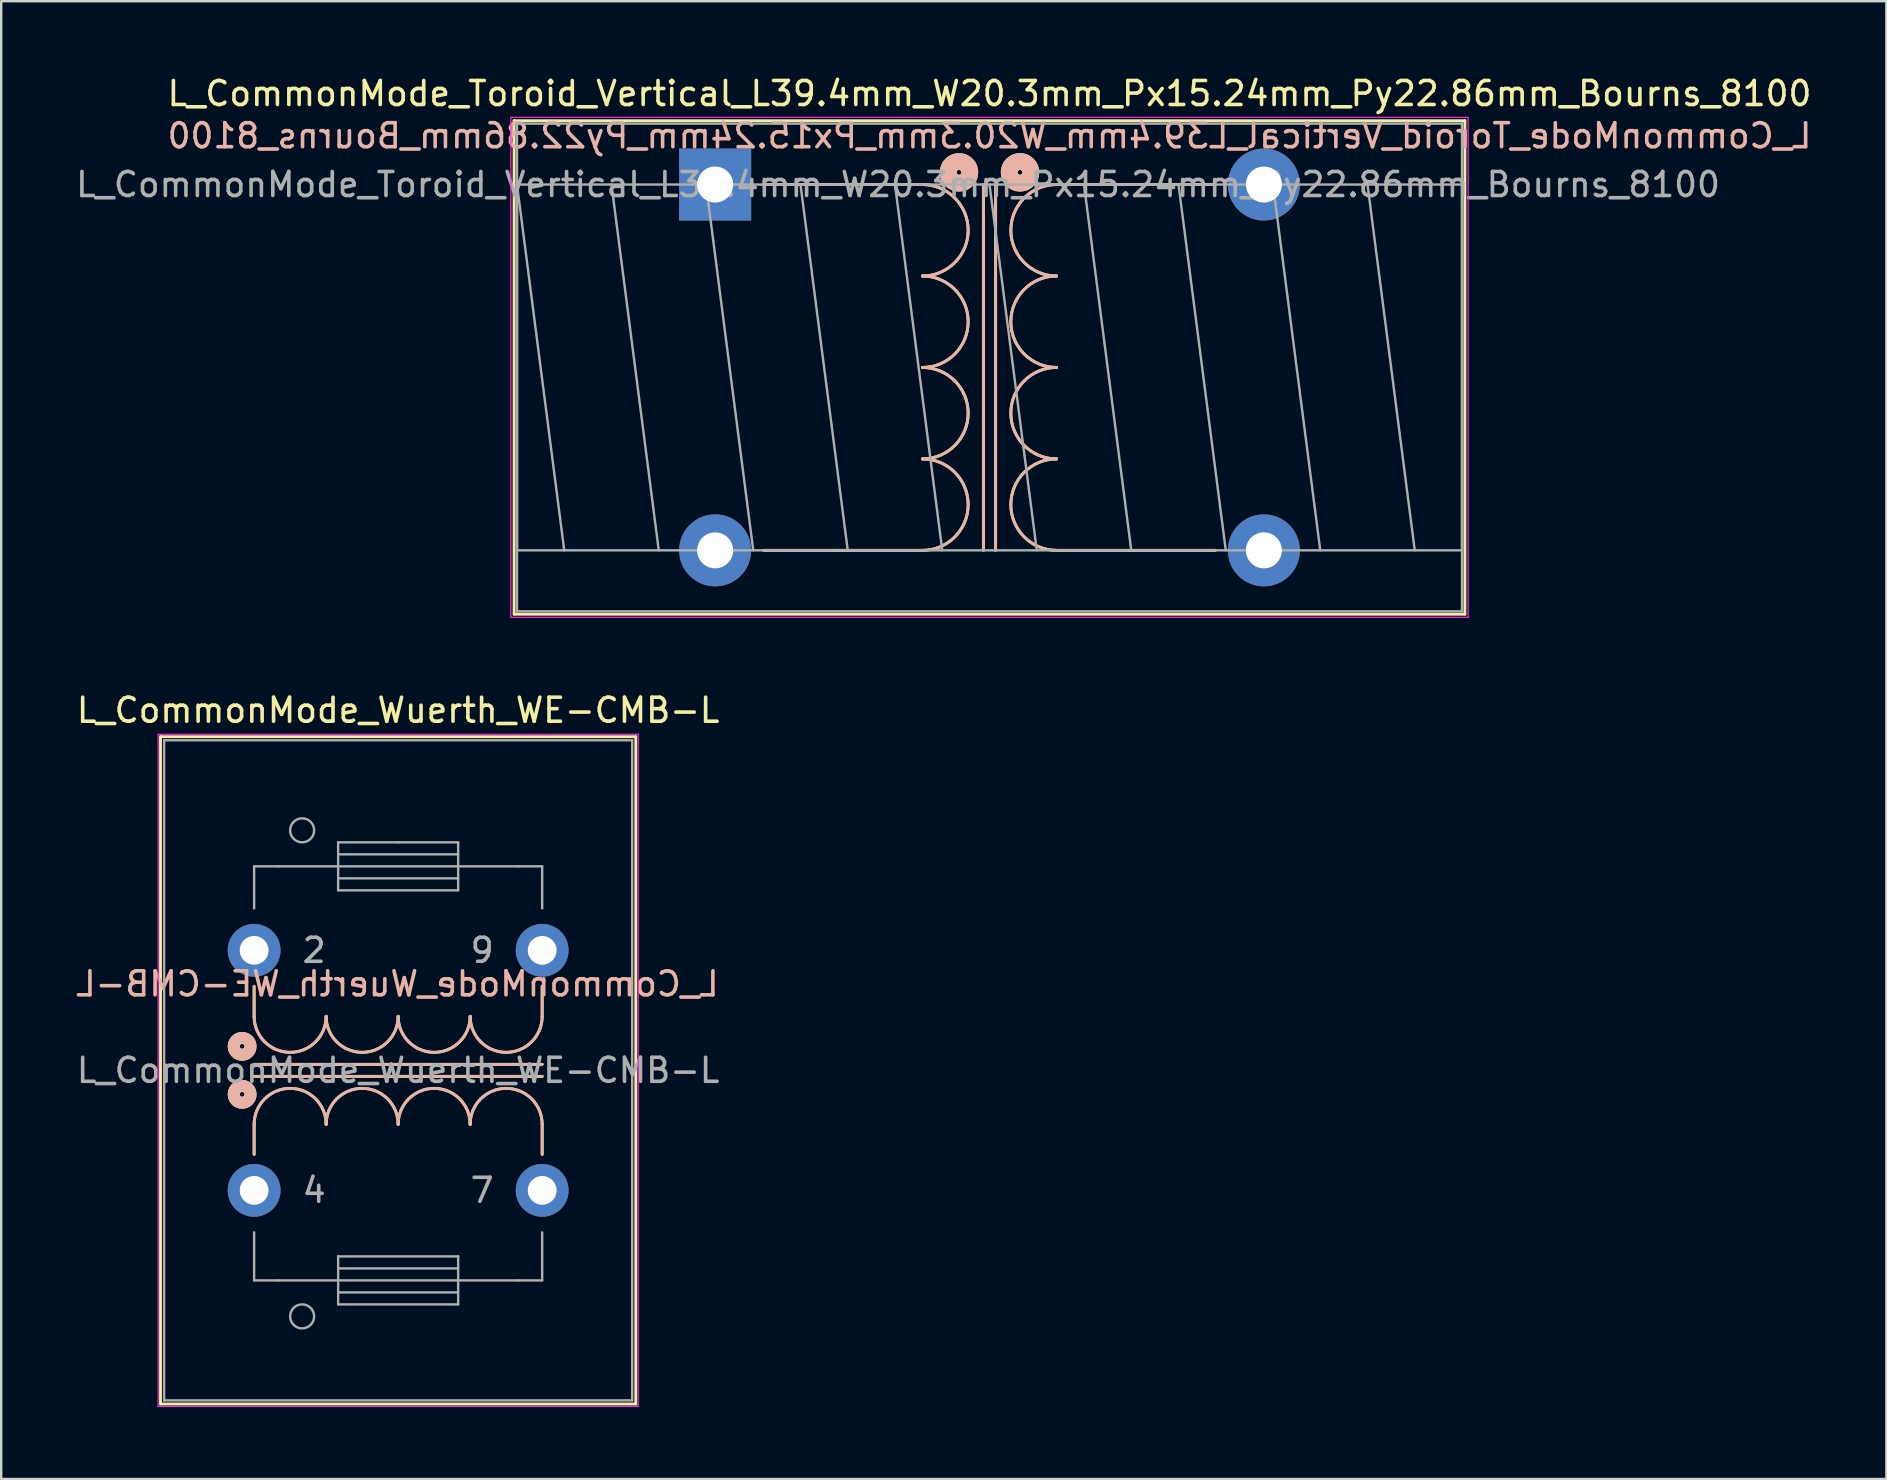
<source format=kicad_pcb>
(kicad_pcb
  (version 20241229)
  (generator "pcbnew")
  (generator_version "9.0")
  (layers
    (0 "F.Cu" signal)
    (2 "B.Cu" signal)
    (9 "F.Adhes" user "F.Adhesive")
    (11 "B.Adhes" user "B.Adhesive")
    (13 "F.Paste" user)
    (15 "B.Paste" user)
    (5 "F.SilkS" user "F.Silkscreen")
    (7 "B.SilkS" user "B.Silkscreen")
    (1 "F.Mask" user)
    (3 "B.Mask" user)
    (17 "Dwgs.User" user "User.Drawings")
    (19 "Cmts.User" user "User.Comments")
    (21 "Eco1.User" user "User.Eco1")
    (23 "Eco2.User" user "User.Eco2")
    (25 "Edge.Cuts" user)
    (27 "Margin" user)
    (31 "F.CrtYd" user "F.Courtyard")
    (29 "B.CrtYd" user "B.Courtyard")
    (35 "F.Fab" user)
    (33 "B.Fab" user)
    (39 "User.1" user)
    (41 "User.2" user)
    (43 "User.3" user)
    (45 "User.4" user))
  (footprint "L_CommonMode_Wuerth_WE-CMB-L"
    (layer "F.Cu")
    (at 7.537 36.541)
    (property "Reference" "L_CommonMode_Wuerth_WE-CMB-L" (at 6 -10 0) (layer "F.SilkS") (effects (font (size 1 1) (thickness 0.15))))
    (fp_line (start -3.9 18.9) (end -3.9 -8.9) (stroke (width 0.12) (type solid)) (layer "F.SilkS"))
    (fp_line (start -3.9 18.9) (end 15.9 18.9) (stroke (width 0.12) (type solid)) (layer "F.SilkS"))
    (fp_line (start 0 2.75) (end 0 1.5) (stroke (width 0.12) (type solid)) (layer "F.SilkS"))
    (fp_line (start 0 4.75) (end 12 4.75) (stroke (width 0.12) (type solid)) (layer "F.SilkS"))
    (fp_line (start 0 7.25) (end 0 8.5) (stroke (width 0.12) (type solid)) (layer "F.SilkS"))
    (fp_line (start 12 2.75) (end 12 1.5) (stroke (width 0.12) (type solid)) (layer "F.SilkS"))
    (fp_line (start 12 5.25) (end 0 5.25) (stroke (width 0.12) (type solid)) (layer "F.SilkS"))
    (fp_line (start 12 7.25) (end 12 8.5) (stroke (width 0.12) (type solid)) (layer "F.SilkS"))
    (fp_line (start 15.9 -8.9) (end -3.9 -8.9) (stroke (width 0.12) (type solid)) (layer "F.SilkS"))
    (fp_line (start 15.9 18.9) (end 15.9 -8.9) (stroke (width 0.12) (type solid)) (layer "F.SilkS"))
    (fp_arc (start 0 7.25) (mid 1.5 5.75) (end 3 7.25) (stroke (width 0.12) (type solid)) (layer "F.SilkS"))
    (fp_arc (start 3 2.75) (mid 1.5 4.25) (end 0 2.75) (stroke (width 0.12) (type solid)) (layer "F.SilkS"))
    (fp_arc (start 3 7.25) (mid 4.5 5.75) (end 6 7.25) (stroke (width 0.12) (type solid)) (layer "F.SilkS"))
    (fp_arc (start 6 2.75) (mid 4.5 4.25) (end 3 2.75) (stroke (width 0.12) (type solid)) (layer "F.SilkS"))
    (fp_arc (start 6 7.25) (mid 7.5 5.75) (end 9 7.25) (stroke (width 0.12) (type solid)) (layer "F.SilkS"))
    (fp_arc (start 9 2.75) (mid 7.5 4.25) (end 6 2.75) (stroke (width 0.12) (type solid)) (layer "F.SilkS"))
    (fp_arc (start 9 7.25) (mid 10.5 5.75) (end 12 7.25) (stroke (width 0.12) (type solid)) (layer "F.SilkS"))
    (fp_arc (start 12 2.75) (mid 10.5 4.25) (end 9 2.75) (stroke (width 0.12) (type solid)) (layer "F.SilkS"))
    (fp_circle (center -0.5 4) (end -0.4 4) (stroke (width 0.5) (type solid)) (fill no) (layer "F.SilkS"))
    (fp_circle (center -0.5 6) (end -0.4 6) (stroke (width 0.5) (type solid)) (fill no) (layer "F.SilkS"))
    (fp_line (start 0 2.75) (end 0 1.5) (stroke (width 0.12) (type solid)) (layer "B.SilkS"))
    (fp_line (start 0 5.25) (end 12 5.25) (stroke (width 0.12) (type solid)) (layer "B.SilkS"))
    (fp_line (start 0 7.25) (end 0 8.5) (stroke (width 0.12) (type solid)) (layer "B.SilkS"))
    (fp_line (start 12 2.75) (end 12 1.5) (stroke (width 0.12) (type solid)) (layer "B.SilkS"))
    (fp_line (start 12 4.75) (end 0 4.75) (stroke (width 0.12) (type solid)) (layer "B.SilkS"))
    (fp_line (start 12 7.25) (end 12 8.5) (stroke (width 0.12) (type solid)) (layer "B.SilkS"))
    (fp_arc (start 0 7.25) (mid 1.5 5.75) (end 3 7.25) (stroke (width 0.12) (type solid)) (layer "B.SilkS"))
    (fp_arc (start 3 2.75) (mid 1.5 4.25) (end 0 2.75) (stroke (width 0.12) (type solid)) (layer "B.SilkS"))
    (fp_arc (start 3 7.25) (mid 4.5 5.75) (end 6 7.25) (stroke (width 0.12) (type solid)) (layer "B.SilkS"))
    (fp_arc (start 6 2.75) (mid 4.5 4.25) (end 3 2.75) (stroke (width 0.12) (type solid)) (layer "B.SilkS"))
    (fp_arc (start 6 7.25) (mid 7.5 5.75) (end 9 7.25) (stroke (width 0.12) (type solid)) (layer "B.SilkS"))
    (fp_arc (start 9 2.75) (mid 7.5 4.25) (end 6 2.75) (stroke (width 0.12) (type solid)) (layer "B.SilkS"))
    (fp_arc (start 9 7.25) (mid 10.5 5.75) (end 12 7.25) (stroke (width 0.12) (type solid)) (layer "B.SilkS"))
    (fp_arc (start 12 2.75) (mid 10.5 4.25) (end 9 2.75) (stroke (width 0.12) (type solid)) (layer "B.SilkS"))
    (fp_circle (center -0.5 4) (end -0.4 4) (stroke (width 0.5) (type solid)) (fill no) (layer "B.SilkS"))
    (fp_circle (center -0.5 6) (end -0.4 6) (stroke (width 0.5) (type solid)) (fill no) (layer "B.SilkS"))
    (fp_line (start -4 -9) (end -4 19) (stroke (width 0.05) (type solid)) (layer "F.CrtYd"))
    (fp_line (start -4 19) (end 16 19) (stroke (width 0.05) (type solid)) (layer "F.CrtYd"))
    (fp_line (start 16 -9) (end -4 -9) (stroke (width 0.05) (type solid)) (layer "F.CrtYd"))
    (fp_line (start 16 19) (end 16 -9) (stroke (width 0.05) (type solid)) (layer "F.CrtYd"))
    (fp_line (start -3.75 -8.75) (end -3.75 18.75) (stroke (width 0.1) (type solid)) (layer "F.Fab"))
    (fp_line (start 0 -3.5) (end 0 -1.75) (stroke (width 0.1) (type solid)) (layer "F.Fab"))
    (fp_line (start 0 13.75) (end 0 11.75) (stroke (width 0.1) (type solid)) (layer "F.Fab"))
    (fp_line (start 1 -3.5) (end 0 -3.5) (stroke (width 0.1) (type solid)) (layer "F.Fab"))
    (fp_line (start 1 13.75) (end 0 13.75) (stroke (width 0.1) (type solid)) (layer "F.Fab"))
    (fp_line (start 1 13.75) (end 3.5 13.75) (stroke (width 0.1) (type solid)) (layer "F.Fab"))
    (fp_line (start 3.5 -4.5) (end 6 -4.5) (stroke (width 0.1) (type solid)) (layer "F.Fab"))
    (fp_line (start 3.5 -3.5) (end 1 -3.5) (stroke (width 0.1) (type solid)) (layer "F.Fab"))
    (fp_line (start 3.5 -3.5) (end 8.5 -3.5) (stroke (width 0.1) (type solid)) (layer "F.Fab"))
    (fp_line (start 3.5 -3) (end 8.5 -3) (stroke (width 0.1) (type solid)) (layer "F.Fab"))
    (fp_line (start 3.5 -2.5) (end 3.5 -4.5) (stroke (width 0.1) (type solid)) (layer "F.Fab"))
    (fp_line (start 3.5 12.75) (end 8.5 12.75) (stroke (width 0.1) (type solid)) (layer "F.Fab"))
    (fp_line (start 3.5 14.25) (end 8.5 14.25) (stroke (width 0.1) (type solid)) (layer "F.Fab"))
    (fp_line (start 3.5 14.75) (end 3.5 12.75) (stroke (width 0.1) (type solid)) (layer "F.Fab"))
    (fp_line (start 6 -4.5) (end 8.5 -4.5) (stroke (width 0.1) (type solid)) (layer "F.Fab"))
    (fp_line (start 8.5 -4.5) (end 8.5 -2.5) (stroke (width 0.1) (type solid)) (layer "F.Fab"))
    (fp_line (start 8.5 -4) (end 3.5 -4) (stroke (width 0.1) (type solid)) (layer "F.Fab"))
    (fp_line (start 8.5 -3.5) (end 11 -3.5) (stroke (width 0.1) (type solid)) (layer "F.Fab"))
    (fp_line (start 8.5 -2.5) (end 3.5 -2.5) (stroke (width 0.1) (type solid)) (layer "F.Fab"))
    (fp_line (start 8.5 12.75) (end 8.5 14.75) (stroke (width 0.1) (type solid)) (layer "F.Fab"))
    (fp_line (start 8.5 13.25) (end 3.5 13.25) (stroke (width 0.1) (type solid)) (layer "F.Fab"))
    (fp_line (start 8.5 13.75) (end 3.5 13.75) (stroke (width 0.1) (type solid)) (layer "F.Fab"))
    (fp_line (start 8.5 14.75) (end 3.5 14.75) (stroke (width 0.1) (type solid)) (layer "F.Fab"))
    (fp_line (start 11 -3.5) (end 12 -3.5) (stroke (width 0.1) (type solid)) (layer "F.Fab"))
    (fp_line (start 11 13.75) (end 8.5 13.75) (stroke (width 0.1) (type solid)) (layer "F.Fab"))
    (fp_line (start 11 13.75) (end 12 13.75) (stroke (width 0.1) (type solid)) (layer "F.Fab"))
    (fp_line (start 12 -3.5) (end 12 -1.75) (stroke (width 0.1) (type solid)) (layer "F.Fab"))
    (fp_line (start 12 13.75) (end 12 11.75) (stroke (width 0.1) (type solid)) (layer "F.Fab"))
    (fp_line (start 15.75 -8.75) (end -3.75 -8.75) (stroke (width 0.1) (type solid)) (layer "F.Fab"))
    (fp_line (start 15.75 -8.75) (end 15.75 18.75) (stroke (width 0.1) (type solid)) (layer "F.Fab"))
    (fp_line (start 15.75 18.75) (end -3.75 18.75) (stroke (width 0.1) (type solid)) (layer "F.Fab"))
    (fp_circle (center 2 -5) (end 2.5 -5) (stroke (width 0.1) (type solid)) (fill no) (layer "F.Fab"))
    (fp_circle (center 2 15.25) (end 2.5 15.25) (stroke (width 0.1) (type solid)) (fill no) (layer "F.Fab"))
    (fp_text user "${REFERENCE}" (at 5.969 1.397 0) (layer "B.SilkS") (effects (font (size 1 1) (thickness 0.15)) (justify mirror)))
    (fp_text user "7" (at 9.5 10 0) (layer "F.Fab") (effects (font (size 1 1) (thickness 0.15))))
    (fp_text user "${REFERENCE}" (at 6 5 0) (layer "F.Fab") (effects (font (size 1 1) (thickness 0.15))))
    (fp_text user "4" (at 2.5 10 0) (layer "F.Fab") (effects (font (size 1 1) (thickness 0.15))))
    (fp_text user "9" (at 9.5 0 0) (layer "F.Fab") (effects (font (size 1 1) (thickness 0.15))))
    (fp_text user "2" (at 2.5 0 0) (layer "F.Fab") (effects (font (size 1 1) (thickness 0.15))))
    (pad "2" thru_hole circle (at 0 0) (size 2.2 2.2) (drill 1.2) (layers "*.Cu" "*.Mask"))
    (pad "4" thru_hole circle (at 0 10) (size 2.2 2.2) (drill 1.2) (layers "*.Cu" "*.Mask"))
    (pad "7" thru_hole circle (at 12 10) (size 2.2 2.2) (drill 1.2) (layers "*.Cu" "*.Mask"))
    (pad "9" thru_hole circle (at 12 0) (size 2.2 2.2) (drill 1.2) (layers "*.Cu" "*.Mask")))
  (footprint "L_CommonMode_Toroid_Vertical_L39.4mm_W20.3mm_Px15.24mm_Py22.86mm_Bourns_8100"
    (layer "F.Cu")
    (at 26.743 4.638)
    (property "Reference" "L_CommonMode_Toroid_Vertical_L39.4mm_W20.3mm_Px15.24mm_Py22.86mm_Bourns_8100" (at 11.43 -3.79 0) (layer "F.SilkS") (effects (font (size 1 1) (thickness 0.15))))
    (fp_line (start -8.375 -2.66) (end -8.375 17.9) (stroke (width 0.12) (type solid)) (layer "F.SilkS"))
    (fp_line (start -8.375 -2.66) (end 31.235 -2.66) (stroke (width 0.12) (type solid)) (layer "F.SilkS"))
    (fp_line (start -8.375 17.9) (end 31.235 17.9) (stroke (width 0.12) (type solid)) (layer "F.SilkS"))
    (fp_line (start 2.032 0) (end 8.636 0) (stroke (width 0.12) (type solid)) (layer "F.SilkS"))
    (fp_line (start 2.032 15.24) (end 8.636 15.24) (stroke (width 0.12) (type solid)) (layer "F.SilkS"))
    (fp_line (start 11.176 0) (end 11.176 15.24) (stroke (width 0.12) (type solid)) (layer "F.SilkS"))
    (fp_line (start 11.684 15.24) (end 11.684 0) (stroke (width 0.12) (type solid)) (layer "F.SilkS"))
    (fp_line (start 20.828 0) (end 14.224 0) (stroke (width 0.12) (type solid)) (layer "F.SilkS"))
    (fp_line (start 20.828 15.24) (end 14.224 15.24) (stroke (width 0.12) (type solid)) (layer "F.SilkS"))
    (fp_line (start 31.235 -2.66) (end 31.235 17.9) (stroke (width 0.12) (type solid)) (layer "F.SilkS"))
    (fp_arc (start 8.636 0) (mid 10.541 1.905) (end 8.636 3.81) (stroke (width 0.12) (type solid)) (layer "F.SilkS"))
    (fp_arc (start 8.636 3.81) (mid 10.541 5.715) (end 8.636 7.62) (stroke (width 0.12) (type solid)) (layer "F.SilkS"))
    (fp_arc (start 8.636 7.62) (mid 10.541 9.525) (end 8.636 11.43) (stroke (width 0.12) (type solid)) (layer "F.SilkS"))
    (fp_arc (start 8.636 11.43) (mid 10.541 13.335) (end 8.636 15.24) (stroke (width 0.12) (type solid)) (layer "F.SilkS"))
    (fp_arc (start 14.224 3.81) (mid 12.319 1.905) (end 14.224 0) (stroke (width 0.12) (type solid)) (layer "F.SilkS"))
    (fp_arc (start 14.224 7.62) (mid 12.319 5.715) (end 14.224 3.81) (stroke (width 0.12) (type solid)) (layer "F.SilkS"))
    (fp_arc (start 14.224 11.43) (mid 12.319 9.525) (end 14.224 7.62) (stroke (width 0.12) (type solid)) (layer "F.SilkS"))
    (fp_arc (start 14.224 15.24) (mid 12.319 13.335) (end 14.224 11.43) (stroke (width 0.12) (type solid)) (layer "F.SilkS"))
    (fp_circle (center 10.16 -0.508) (end 10.26 -0.508) (stroke (width 0.7) (type solid)) (fill no) (layer "F.SilkS"))
    (fp_circle (center 12.7 -0.508) (end 12.8 -0.508) (stroke (width 0.7) (type solid)) (fill no) (layer "F.SilkS"))
    (fp_line (start 2.032 0) (end 8.636 0) (stroke (width 0.12) (type solid)) (layer "B.SilkS"))
    (fp_line (start 2.032 15.24) (end 8.636 15.24) (stroke (width 0.12) (type solid)) (layer "B.SilkS"))
    (fp_line (start 11.176 15.24) (end 11.176 0) (stroke (width 0.12) (type solid)) (layer "B.SilkS"))
    (fp_line (start 11.684 0) (end 11.684 15.24) (stroke (width 0.12) (type solid)) (layer "B.SilkS"))
    (fp_line (start 20.828 0) (end 14.224 0) (stroke (width 0.12) (type solid)) (layer "B.SilkS"))
    (fp_line (start 20.828 15.24) (end 14.224 15.24) (stroke (width 0.12) (type solid)) (layer "B.SilkS"))
    (fp_arc (start 8.636 0) (mid 10.541 1.905) (end 8.636 3.81) (stroke (width 0.12) (type solid)) (layer "B.SilkS"))
    (fp_arc (start 8.636 3.81) (mid 10.541 5.715) (end 8.636 7.62) (stroke (width 0.12) (type solid)) (layer "B.SilkS"))
    (fp_arc (start 8.636 7.62) (mid 10.541 9.525) (end 8.636 11.43) (stroke (width 0.12) (type solid)) (layer "B.SilkS"))
    (fp_arc (start 8.636 11.43) (mid 10.541 13.335) (end 8.636 15.24) (stroke (width 0.12) (type solid)) (layer "B.SilkS"))
    (fp_arc (start 14.224 3.81) (mid 12.319 1.905) (end 14.224 0) (stroke (width 0.12) (type solid)) (layer "B.SilkS"))
    (fp_arc (start 14.224 7.62) (mid 12.319 5.715) (end 14.224 3.81) (stroke (width 0.12) (type solid)) (layer "B.SilkS"))
    (fp_arc (start 14.224 11.43) (mid 12.319 9.525) (end 14.224 7.62) (stroke (width 0.12) (type solid)) (layer "B.SilkS"))
    (fp_arc (start 14.224 15.24) (mid 12.319 13.335) (end 14.224 11.43) (stroke (width 0.12) (type solid)) (layer "B.SilkS"))
    (fp_circle (center 10.16 -0.508) (end 10.06 -0.508) (stroke (width 0.7) (type solid)) (fill no) (layer "B.SilkS"))
    (fp_circle (center 12.7 -0.508) (end 12.6 -0.508) (stroke (width 0.7) (type solid)) (fill no) (layer "B.SilkS"))
    (fp_line (start -8.51 -2.8) (end -8.51 18.03) (stroke (width 0.05) (type solid)) (layer "F.CrtYd"))
    (fp_line (start -8.51 18.03) (end 31.37 18.03) (stroke (width 0.05) (type solid)) (layer "F.CrtYd"))
    (fp_line (start 31.37 -2.8) (end -8.51 -2.8) (stroke (width 0.05) (type solid)) (layer "F.CrtYd"))
    (fp_line (start 31.37 18.03) (end 31.37 -2.8) (stroke (width 0.05) (type solid)) (layer "F.CrtYd"))
    (fp_line (start -8.255 -2.54) (end -8.255 17.78) (stroke (width 0.1) (type solid)) (layer "F.Fab"))
    (fp_line (start -8.255 0) (end -8.255 15.24) (stroke (width 0.1) (type solid)) (layer "F.Fab"))
    (fp_line (start -8.255 0) (end -6.287 15.24) (stroke (width 0.1) (type solid)) (layer "F.Fab"))
    (fp_line (start -8.255 15.24) (end 31.115 15.24) (stroke (width 0.1) (type solid)) (layer "F.Fab"))
    (fp_line (start -8.255 17.78) (end 31.115 17.78) (stroke (width 0.1) (type solid)) (layer "F.Fab"))
    (fp_line (start -4.318 0) (end -2.349 15.24) (stroke (width 0.1) (type solid)) (layer "F.Fab"))
    (fp_line (start -0.381 0) (end 1.587 15.24) (stroke (width 0.1) (type solid)) (layer "F.Fab"))
    (fp_line (start 3.556 0) (end 5.524 15.24) (stroke (width 0.1) (type solid)) (layer "F.Fab"))
    (fp_line (start 7.493 0) (end 9.461 15.24) (stroke (width 0.1) (type solid)) (layer "F.Fab"))
    (fp_line (start 11.43 0) (end 13.399 15.24) (stroke (width 0.1) (type solid)) (layer "F.Fab"))
    (fp_line (start 15.367 0) (end 17.335 15.24) (stroke (width 0.1) (type solid)) (layer "F.Fab"))
    (fp_line (start 19.304 0) (end 21.273 15.24) (stroke (width 0.1) (type solid)) (layer "F.Fab"))
    (fp_line (start 23.241 0) (end 25.209 15.24) (stroke (width 0.1) (type solid)) (layer "F.Fab"))
    (fp_line (start 27.178 0) (end 29.146 15.24) (stroke (width 0.1) (type solid)) (layer "F.Fab"))
    (fp_line (start 31.115 -2.54) (end -8.255 -2.54) (stroke (width 0.1) (type solid)) (layer "F.Fab"))
    (fp_line (start 31.115 0) (end -8.255 0) (stroke (width 0.1) (type solid)) (layer "F.Fab"))
    (fp_line (start 31.115 15.24) (end 31.115 0) (stroke (width 0.1) (type solid)) (layer "F.Fab"))
    (fp_line (start 31.115 17.78) (end 31.115 -2.54) (stroke (width 0.1) (type solid)) (layer "F.Fab"))
    (fp_text user "${REFERENCE}" (at 11.43 -2.032 0) (layer "B.SilkS") (effects (font (size 1 1) (thickness 0.15)) (justify mirror)))
    (fp_text user "${REFERENCE}" (at 7.62 0 0) (layer "F.Fab") (effects (font (size 1 1) (thickness 0.15))))
    (pad "1" thru_hole rect (at 0 0) (size 3 3) (drill 1.5) (layers "*.Cu" "*.Mask"))
    (pad "2" thru_hole circle (at 0 15.24) (size 3 3) (drill 1.5) (layers "*.Cu" "*.Mask"))
    (pad "3" thru_hole circle (at 22.86 15.24) (size 3 3) (drill 1.5) (layers "*.Cu" "*.Mask"))
    (pad "4" thru_hole circle (at 22.86 0) (size 3 3) (drill 1.5) (layers "*.Cu" "*.Mask")))
  (gr_rect
    (start -3 -3)
    (end 75.536 58.566)
    (stroke (width 0.1) (type default))
    (fill no)
    (layer "Edge.Cuts")))
</source>
